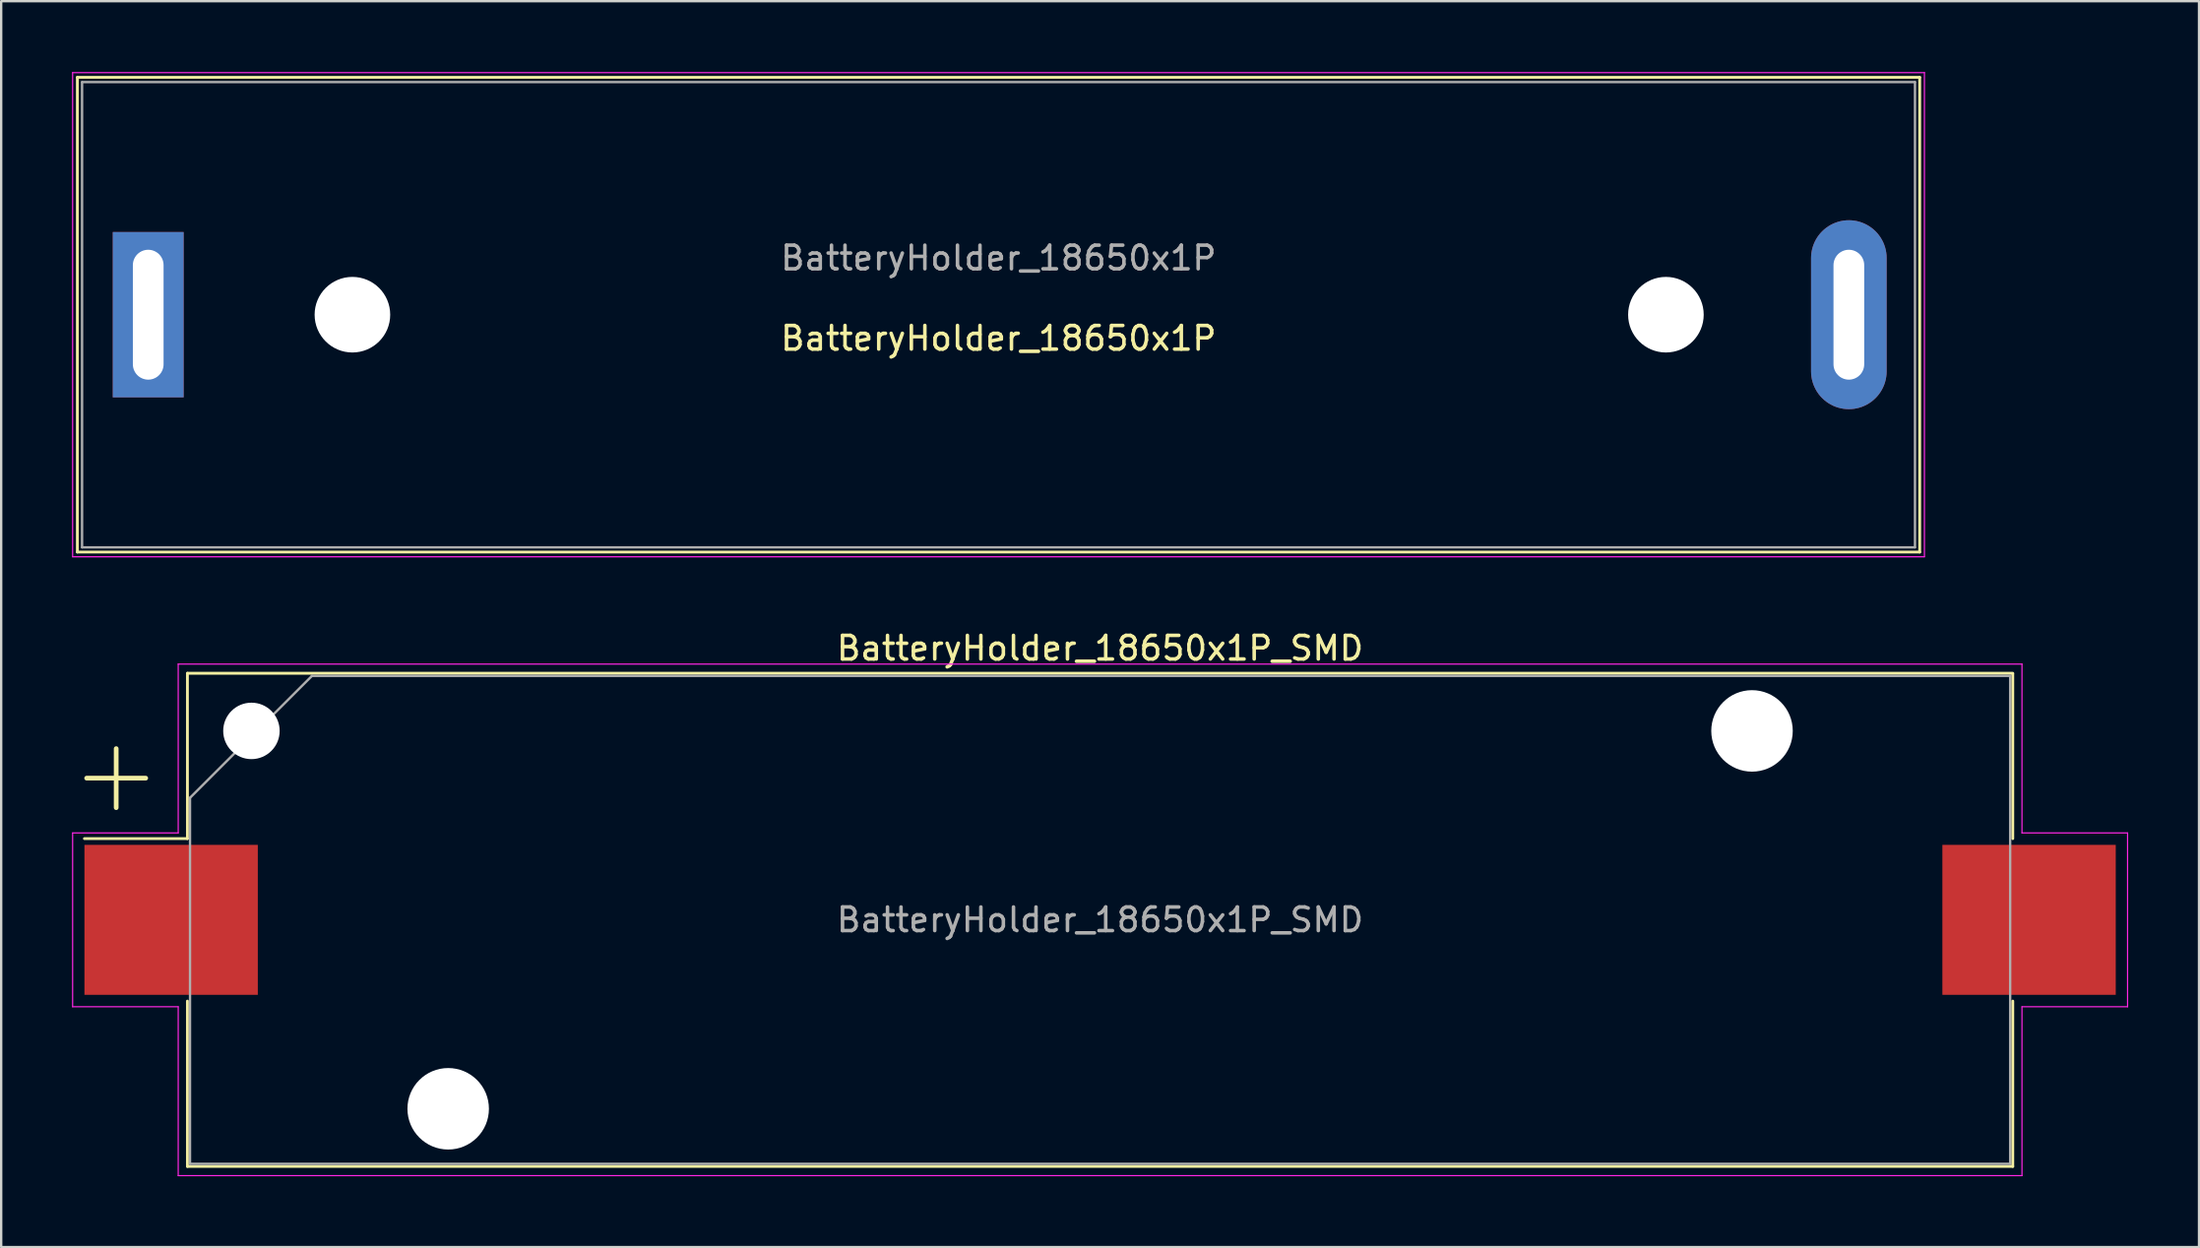
<source format=kicad_pcb>
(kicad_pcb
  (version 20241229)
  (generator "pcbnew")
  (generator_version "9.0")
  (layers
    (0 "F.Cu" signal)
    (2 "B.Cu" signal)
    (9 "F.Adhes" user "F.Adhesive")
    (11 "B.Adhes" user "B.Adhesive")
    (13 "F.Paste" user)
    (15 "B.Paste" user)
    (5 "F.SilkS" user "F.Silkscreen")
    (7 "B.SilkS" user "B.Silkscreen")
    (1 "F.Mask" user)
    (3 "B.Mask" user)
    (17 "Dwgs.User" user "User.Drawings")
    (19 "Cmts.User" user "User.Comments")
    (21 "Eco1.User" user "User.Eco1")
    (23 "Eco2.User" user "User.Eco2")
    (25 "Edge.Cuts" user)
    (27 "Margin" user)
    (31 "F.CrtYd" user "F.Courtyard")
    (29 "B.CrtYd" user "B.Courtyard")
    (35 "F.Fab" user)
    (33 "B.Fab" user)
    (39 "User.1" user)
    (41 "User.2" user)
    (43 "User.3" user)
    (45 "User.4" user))
  (footprint "BatteryHolder_18650x1P"
    (layer "F.Cu")
    (at 3.225 10.275)
    (property "Reference" "BatteryHolder_18650x1P" (at 36 1 0) (layer "F.SilkS") (effects (font (size 1 1) (thickness 0.15))))
    (attr through_hole)
    (fp_line (start -3 -10.05) (end 75 -10.05) (stroke (width 0.12) (type solid)) (layer "F.SilkS"))
    (fp_line (start -3 10.05) (end -3 -10.05) (stroke (width 0.12) (type solid)) (layer "F.SilkS"))
    (fp_line (start 75 -10.05) (end 75 10.05) (stroke (width 0.12) (type solid)) (layer "F.SilkS"))
    (fp_line (start 75 10.05) (end -3 10.05) (stroke (width 0.12) (type solid)) (layer "F.SilkS"))
    (fp_line (start -3.2 -10.25) (end 75.2 -10.25) (stroke (width 0.05) (type solid)) (layer "F.CrtYd"))
    (fp_line (start -3.2 10.25) (end -3.2 -10.25) (stroke (width 0.05) (type solid)) (layer "F.CrtYd"))
    (fp_line (start 75.2 -10.25) (end 75.2 10.25) (stroke (width 0.05) (type solid)) (layer "F.CrtYd"))
    (fp_line (start 75.2 10.25) (end -3.2 10.25) (stroke (width 0.05) (type solid)) (layer "F.CrtYd"))
    (fp_line (start -2.8 -9.85) (end 74.8 -9.85) (stroke (width 0.1) (type solid)) (layer "F.Fab"))
    (fp_line (start -2.8 9.85) (end -2.8 -9.85) (stroke (width 0.1) (type solid)) (layer "F.Fab"))
    (fp_line (start 74.8 -9.85) (end 74.8 9.85) (stroke (width 0.1) (type solid)) (layer "F.Fab"))
    (fp_line (start 74.8 9.85) (end -2.8 9.85) (stroke (width 0.1) (type solid)) (layer "F.Fab"))
    (fp_text user "${REFERENCE}" (at 36 -2.4 0) (layer "F.Fab") (effects (font (size 1 1) (thickness 0.15))))
    (pad "" np_thru_hole circle (at 8.645 0) (size 3.2 3.2) (drill 3.2) (layers "*.Cu" "*.Mask"))
    (pad "" np_thru_hole circle (at 64.255 0) (size 3.2 3.2) (drill 3.2) (layers "*.Cu" "*.Mask"))
    (pad "1" thru_hole rect (at 0 0) (size 3 7) (drill oval 1.3 5.5) (layers "*.Cu" "*.Mask"))
    (pad "2" thru_hole oval (at 72 0) (size 3.2 8) (drill oval 1.3 5.5) (layers "*.Cu" "*.Mask")))
  (footprint "BatteryHolder_18650x1P_SMD"
    (layer "F.Cu")
    (at 43.525 35.898)
    (property "Reference" "BatteryHolder_18650x1P_SMD" (at 0 -11.5 0) (layer "F.SilkS") (effects (font (size 1 1) (thickness 0.15))))
    (attr smd)
    (fp_line (start -42.906 -6) (end -40.406 -6) (stroke (width 0.2) (type solid)) (layer "F.SilkS"))
    (fp_line (start -41.656 -4.75) (end -41.656 -7.25) (stroke (width 0.2) (type solid)) (layer "F.SilkS"))
    (fp_line (start -38.64 -10.44) (end -38.64 -3.44) (stroke (width 0.12) (type solid)) (layer "F.SilkS"))
    (fp_line (start -38.64 -3.44) (end -43 -3.44) (stroke (width 0.12) (type solid)) (layer "F.SilkS"))
    (fp_line (start -38.64 10.44) (end -38.64 3.44) (stroke (width 0.12) (type solid)) (layer "F.SilkS"))
    (fp_line (start 38.64 -10.44) (end -38.64 -10.44) (stroke (width 0.12) (type solid)) (layer "F.SilkS"))
    (fp_line (start 38.64 -3.44) (end 38.64 -10.42) (stroke (width 0.12) (type solid)) (layer "F.SilkS"))
    (fp_line (start 38.64 3.44) (end 38.64 10.44) (stroke (width 0.12) (type solid)) (layer "F.SilkS"))
    (fp_line (start 38.64 10.44) (end -38.64 10.44) (stroke (width 0.12) (type solid)) (layer "F.SilkS"))
    (fp_line (start -43.5 -3.68) (end -39.03 -3.68) (stroke (width 0.05) (type solid)) (layer "F.CrtYd"))
    (fp_line (start -43.5 3.68) (end -43.5 -3.68) (stroke (width 0.05) (type solid)) (layer "F.CrtYd"))
    (fp_line (start -39.03 -10.83) (end -39.03 -3.68) (stroke (width 0.05) (type solid)) (layer "F.CrtYd"))
    (fp_line (start -39.03 -10.83) (end 39.03 -10.83) (stroke (width 0.05) (type solid)) (layer "F.CrtYd"))
    (fp_line (start -39.03 3.68) (end -43.5 3.68) (stroke (width 0.05) (type solid)) (layer "F.CrtYd"))
    (fp_line (start -39.03 10.83) (end -39.03 3.68) (stroke (width 0.05) (type solid)) (layer "F.CrtYd"))
    (fp_line (start -39.03 10.83) (end 39.03 10.83) (stroke (width 0.05) (type solid)) (layer "F.CrtYd"))
    (fp_line (start 39.03 -10.83) (end 39.03 -3.68) (stroke (width 0.05) (type solid)) (layer "F.CrtYd"))
    (fp_line (start 39.03 3.68) (end 43.5 3.68) (stroke (width 0.05) (type solid)) (layer "F.CrtYd"))
    (fp_line (start 39.03 10.83) (end 39.03 3.68) (stroke (width 0.05) (type solid)) (layer "F.CrtYd"))
    (fp_line (start 43.5 -3.68) (end 39.03 -3.68) (stroke (width 0.05) (type solid)) (layer "F.CrtYd"))
    (fp_line (start 43.5 3.68) (end 43.5 -3.68) (stroke (width 0.05) (type solid)) (layer "F.CrtYd"))
    (fp_line (start -38.53 -5.168) (end -38.53 10.33) (stroke (width 0.1) (type solid)) (layer "F.Fab"))
    (fp_line (start -38.53 10.33) (end 38.53 10.33) (stroke (width 0.1) (type solid)) (layer "F.Fab"))
    (fp_line (start -33.367 -10.33) (end -38.53 -5.168) (stroke (width 0.1) (type solid)) (layer "F.Fab"))
    (fp_line (start -33.367 -10.33) (end 38.53 -10.33) (stroke (width 0.1) (type solid)) (layer "F.Fab"))
    (fp_line (start 38.53 -10.33) (end 38.53 10.33) (stroke (width 0.1) (type solid)) (layer "F.Fab"))
    (fp_text user "${REFERENCE}" (at 0 0 0) (layer "F.Fab") (effects (font (size 1 1) (thickness 0.15))))
    (pad "" np_thru_hole circle (at -35.93 -8) (size 2.39 2.39) (drill 2.39) (layers "*.Cu" "*.Mask"))
    (pad "" np_thru_hole circle (at -27.6 8) (size 3.45 3.45) (drill 3.45) (layers "*.Cu" "*.Mask"))
    (pad "" np_thru_hole circle (at 27.6 -8) (size 3.45 3.45) (drill 3.45) (layers "*.Cu" "*.Mask"))
    (pad "1" smd rect (at -39.33 0) (size 7.34 6.35) (layers "F.Cu" "F.Mask" "F.Paste"))
    (pad "2" smd rect (at 39.33 0) (size 7.34 6.35) (layers "F.Cu" "F.Mask" "F.Paste")))
  (gr_rect
    (start -3 -3)
    (end 90.05 49.753)
    (stroke (width 0.1) (type default))
    (fill no)
    (layer "Edge.Cuts")))
</source>
